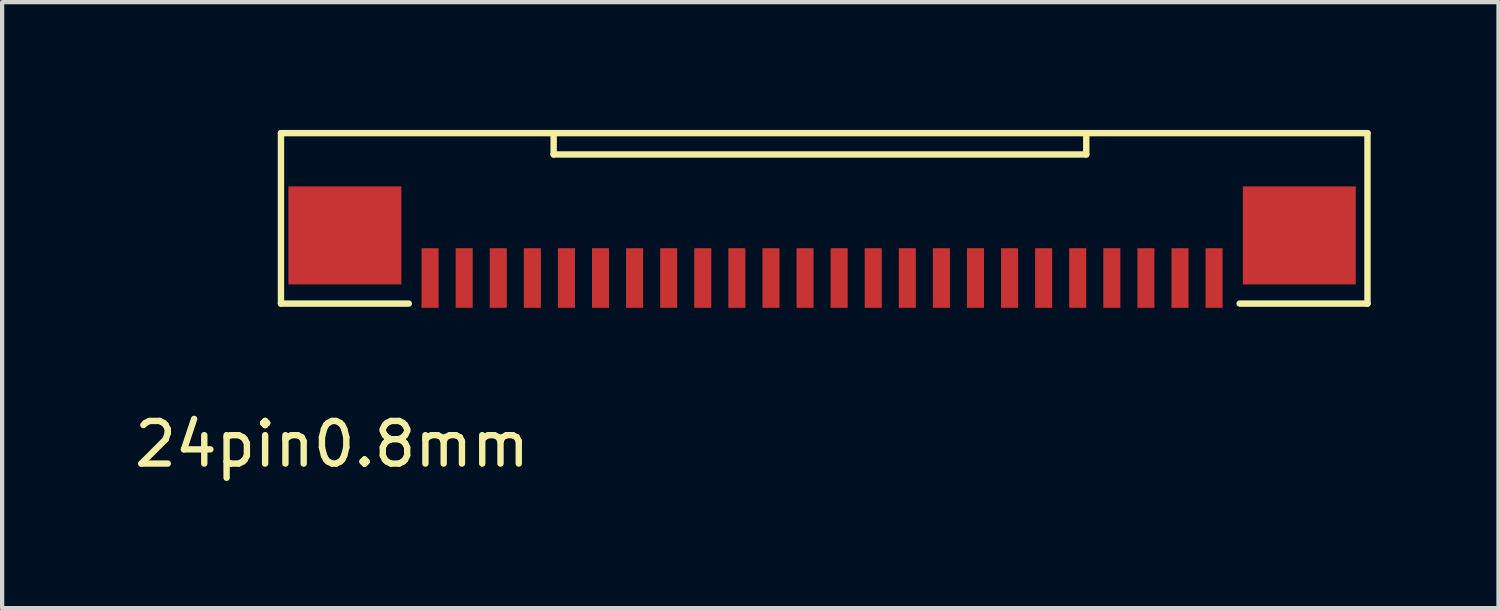
<source format=kicad_pcb>
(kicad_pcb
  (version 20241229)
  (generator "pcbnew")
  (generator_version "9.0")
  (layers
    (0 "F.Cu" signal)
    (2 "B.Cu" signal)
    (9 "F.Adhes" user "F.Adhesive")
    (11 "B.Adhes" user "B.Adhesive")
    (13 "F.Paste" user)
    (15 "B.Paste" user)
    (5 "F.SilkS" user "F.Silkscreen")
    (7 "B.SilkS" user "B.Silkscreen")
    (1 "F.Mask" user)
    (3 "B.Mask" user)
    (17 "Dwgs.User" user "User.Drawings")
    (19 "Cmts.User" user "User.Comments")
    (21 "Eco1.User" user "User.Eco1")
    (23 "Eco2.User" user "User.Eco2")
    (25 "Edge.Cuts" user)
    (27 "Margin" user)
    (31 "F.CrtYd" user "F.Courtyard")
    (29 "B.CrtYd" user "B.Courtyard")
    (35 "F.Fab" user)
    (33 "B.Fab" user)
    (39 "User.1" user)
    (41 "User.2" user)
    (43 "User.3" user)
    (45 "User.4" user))
  (footprint "24pin0.8mm"
    (layer "F.Cu")
    (at 7.044 3.475)
    (property "Reference" "24pin0.8mm" (at -2.3 3.9 0) (layer "F.SilkS") (effects (font (size 1 1) (thickness 0.15))))
    (attr through_hole)
    (fp_line (start -3.5 -3.4) (end -3.5 0.6) (stroke (width 0.15) (type solid)) (layer "F.SilkS"))
    (fp_line (start -3.5 0.6) (end -0.5 0.6) (stroke (width 0.15) (type solid)) (layer "F.SilkS"))
    (fp_line (start 2.9 -2.9) (end 2.9 -3.4) (stroke (width 0.15) (type solid)) (layer "F.SilkS"))
    (fp_line (start 15.4 -2.9) (end 2.9 -2.9) (stroke (width 0.15) (type solid)) (layer "F.SilkS"))
    (fp_line (start 15.4 -2.9) (end 15.4 -3.4) (stroke (width 0.15) (type solid)) (layer "F.SilkS"))
    (fp_line (start 22 -3.4) (end -3.5 -3.4) (stroke (width 0.15) (type solid)) (layer "F.SilkS"))
    (fp_line (start 22 0.6) (end 19 0.6) (stroke (width 0.15) (type solid)) (layer "F.SilkS"))
    (fp_line (start 22 0.6) (end 22 -3.4) (stroke (width 0.15) (type solid)) (layer "F.SilkS"))
    (pad "" smd rect (at -2 -1) (size 2.65 2.3) (layers "F.Cu" "F.Mask" "F.Paste"))
    (pad "" smd rect (at 20.4 -1) (size 2.65 2.3) (layers "F.Cu" "F.Mask" "F.Paste"))
    (pad "1" smd rect (at 0 0) (size 0.4 1.4) (layers "F.Cu" "F.Mask" "F.Paste"))
    (pad "2" smd rect (at 0.8 0) (size 0.4 1.4) (layers "F.Cu" "F.Mask" "F.Paste"))
    (pad "3" smd rect (at 1.6 0) (size 0.4 1.4) (layers "F.Cu" "F.Mask" "F.Paste"))
    (pad "4" smd rect (at 2.4 0) (size 0.4 1.4) (layers "F.Cu" "F.Mask" "F.Paste"))
    (pad "5" smd rect (at 3.2 0) (size 0.4 1.4) (layers "F.Cu" "F.Mask" "F.Paste"))
    (pad "6" smd rect (at 4 0) (size 0.4 1.4) (layers "F.Cu" "F.Mask" "F.Paste"))
    (pad "7" smd rect (at 4.8 0) (size 0.4 1.4) (layers "F.Cu" "F.Mask" "F.Paste"))
    (pad "8" smd rect (at 5.6 0) (size 0.4 1.4) (layers "F.Cu" "F.Mask" "F.Paste"))
    (pad "9" smd rect (at 6.4 0) (size 0.4 1.4) (layers "F.Cu" "F.Mask" "F.Paste"))
    (pad "10" smd rect (at 7.2 0) (size 0.4 1.4) (layers "F.Cu" "F.Mask" "F.Paste"))
    (pad "11" smd rect (at 8 0) (size 0.4 1.4) (layers "F.Cu" "F.Mask" "F.Paste"))
    (pad "12" smd rect (at 8.8 0) (size 0.4 1.4) (layers "F.Cu" "F.Mask" "F.Paste"))
    (pad "13" smd rect (at 9.6 0) (size 0.4 1.4) (layers "F.Cu" "F.Mask" "F.Paste"))
    (pad "14" smd rect (at 10.4 0) (size 0.4 1.4) (layers "F.Cu" "F.Mask" "F.Paste"))
    (pad "15" smd rect (at 11.2 0) (size 0.4 1.4) (layers "F.Cu" "F.Mask" "F.Paste"))
    (pad "16" smd rect (at 12 0) (size 0.4 1.4) (layers "F.Cu" "F.Mask" "F.Paste"))
    (pad "17" smd rect (at 12.8 0) (size 0.4 1.4) (layers "F.Cu" "F.Mask" "F.Paste"))
    (pad "18" smd rect (at 13.6 0) (size 0.4 1.4) (layers "F.Cu" "F.Mask" "F.Paste"))
    (pad "19" smd rect (at 14.4 0) (size 0.4 1.4) (layers "F.Cu" "F.Mask" "F.Paste"))
    (pad "20" smd rect (at 15.2 0) (size 0.4 1.4) (layers "F.Cu" "F.Mask" "F.Paste"))
    (pad "21" smd rect (at 16 0) (size 0.4 1.4) (layers "F.Cu" "F.Mask" "F.Paste"))
    (pad "22" smd rect (at 16.8 0) (size 0.4 1.4) (layers "F.Cu" "F.Mask" "F.Paste"))
    (pad "23" smd rect (at 17.6 0) (size 0.4 1.4) (layers "F.Cu" "F.Mask" "F.Paste"))
    (pad "24" smd rect (at 18.4 0) (size 0.4 1.4) (layers "F.Cu" "F.Mask" "F.Paste")))
  (gr_rect
    (start -3 -3)
    (end 32.119 11.223)
    (stroke (width 0.1) (type default))
    (fill no)
    (layer "Edge.Cuts")))
</source>
